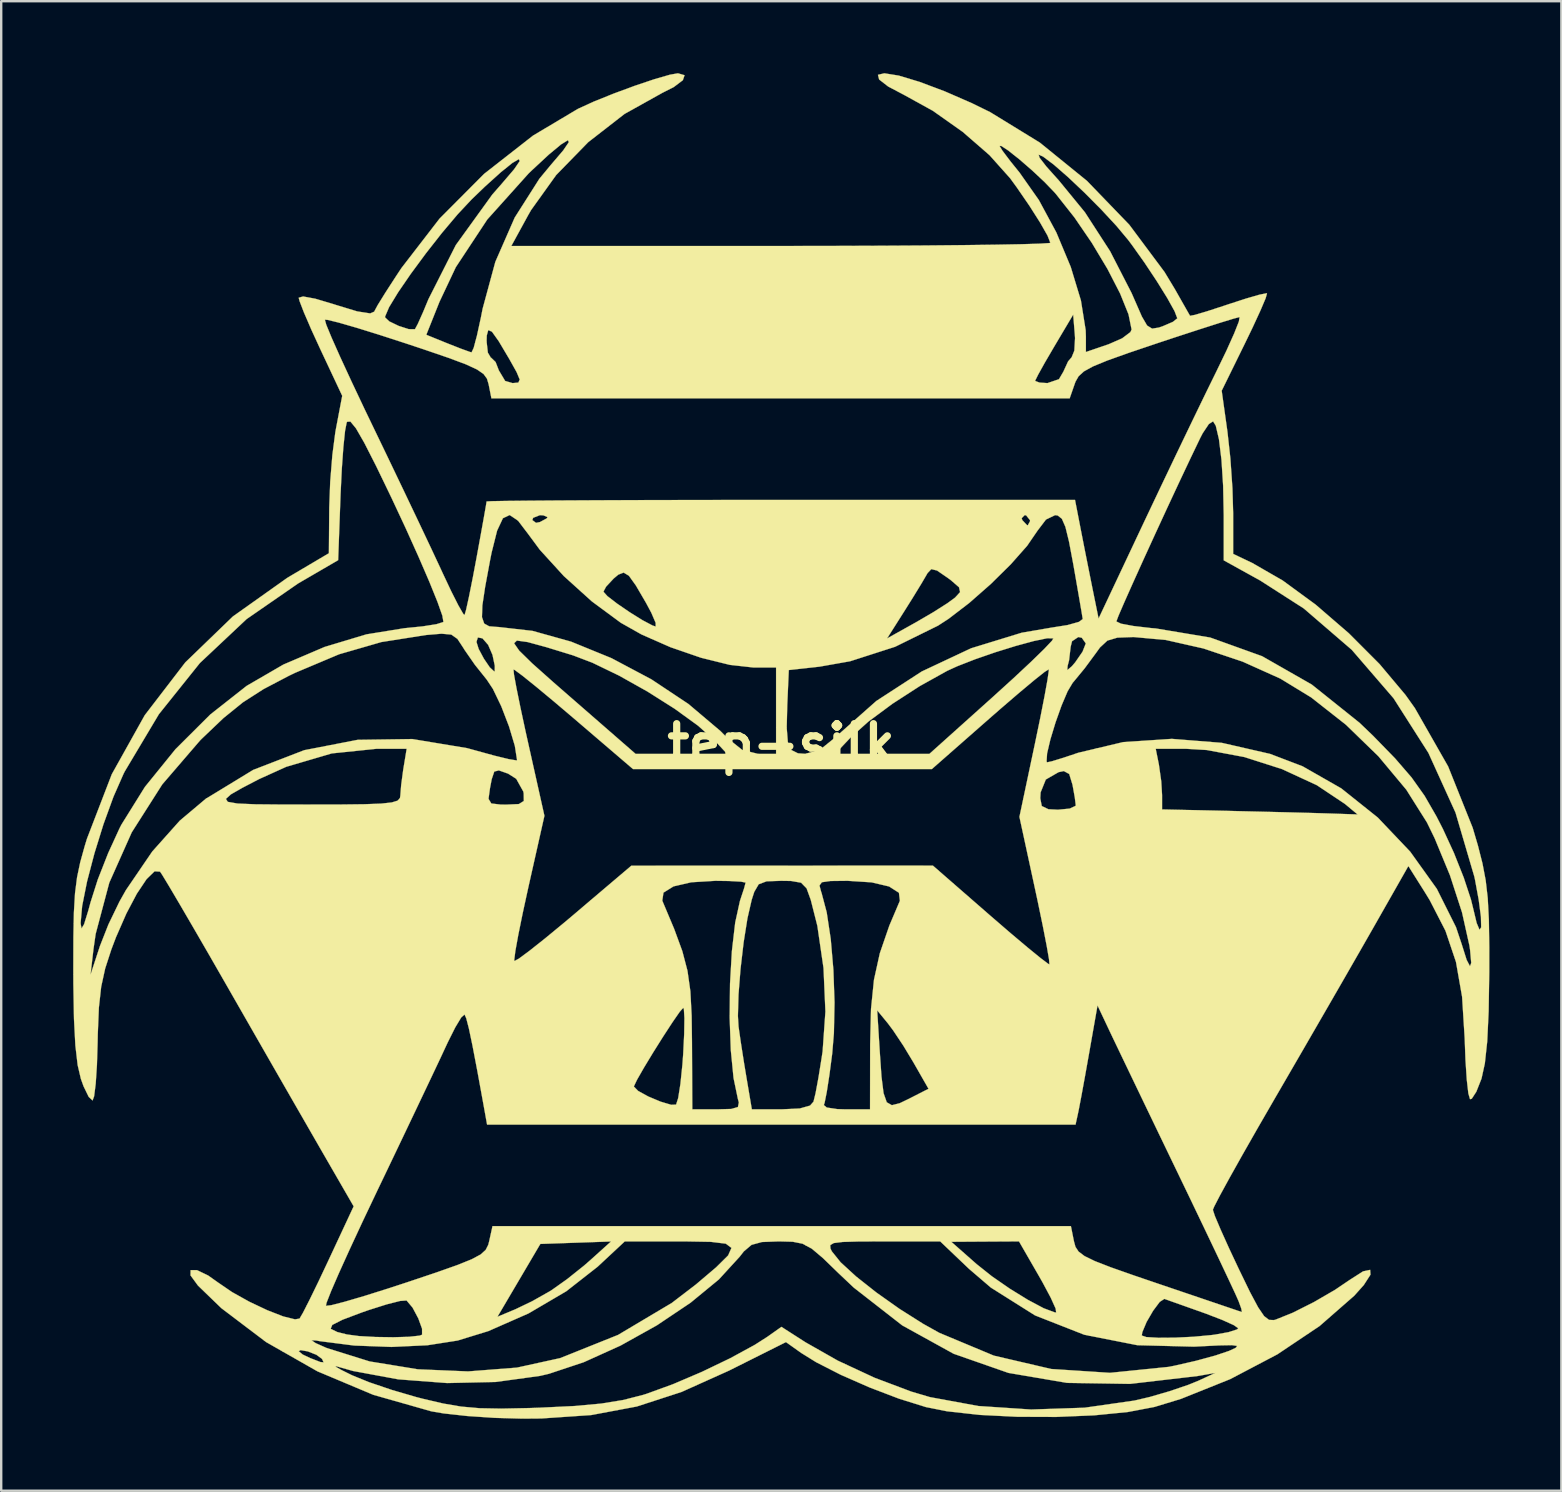
<source format=kicad_pcb>
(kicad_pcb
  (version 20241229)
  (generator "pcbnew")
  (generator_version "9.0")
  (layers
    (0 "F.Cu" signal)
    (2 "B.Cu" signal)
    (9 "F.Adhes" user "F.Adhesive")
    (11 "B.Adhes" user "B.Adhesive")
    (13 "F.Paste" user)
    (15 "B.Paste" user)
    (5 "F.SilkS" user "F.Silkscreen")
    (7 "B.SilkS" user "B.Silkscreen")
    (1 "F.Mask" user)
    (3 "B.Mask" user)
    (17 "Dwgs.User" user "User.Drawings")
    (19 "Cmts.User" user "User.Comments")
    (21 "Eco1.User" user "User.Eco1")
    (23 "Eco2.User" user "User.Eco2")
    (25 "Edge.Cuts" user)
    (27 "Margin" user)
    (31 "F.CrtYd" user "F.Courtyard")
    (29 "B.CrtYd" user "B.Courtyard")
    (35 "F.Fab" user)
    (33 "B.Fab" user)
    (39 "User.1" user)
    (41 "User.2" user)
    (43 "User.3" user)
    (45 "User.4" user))
  (footprint "tep-silk"
    (layer "F.Cu")
    (at 29.507 27.945)
    (property "Reference" "tep-silk" (at 0 0 0) (layer "F.SilkS") (effects (font (size 1.524 1.524) (thickness 0.3))))
    (attr through_hole)
    (fp_poly (pts (xy 4.901 -27.844) (xy 5.773 -27.581) (xy 6.818 -27.188) (xy 7.935 -26.701) (xy 8.713 -26.32) (xy 10.78 -25.052) (xy 12.744 -23.458) (xy 14.508 -21.63) (xy 15.978 -19.658) (xy 16.409 -18.944) (xy 16.738 -18.364) (xy 16.969 -17.958) (xy 17.041 -17.833) (xy 17.241 -17.871) (xy 17.742 -18.019) (xy 18.445 -18.248) (xy 18.627 -18.309) (xy 19.369 -18.55) (xy 19.937 -18.714) (xy 20.231 -18.773) (xy 20.249 -18.768) (xy 20.191 -18.562) (xy 19.978 -18.06) (xy 19.647 -17.342) (xy 19.339 -16.705) (xy 18.36 -14.711) (xy 18.599 -13.007) (xy 18.722 -11.888) (xy 18.808 -10.639) (xy 18.838 -9.606) (xy 18.838 -7.91) (xy 19.632 -7.533) (xy 20.9 -6.803) (xy 22.276 -5.796) (xy 23.656 -4.605) (xy 24.939 -3.319) (xy 26.021 -2.031) (xy 26.41 -1.485) (xy 27.797 0.948) (xy 28.821 3.507) (xy 29.038 4.242) (xy 29.229 4.993) (xy 29.362 5.692) (xy 29.448 6.438) (xy 29.495 7.332) (xy 29.512 8.475) (xy 29.511 9.525) (xy 29.486 11.153) (xy 29.427 12.404) (xy 29.328 13.324) (xy 29.189 13.957) (xy 29.184 13.97) (xy 28.973 14.504) (xy 28.783 14.797) (xy 28.71 14.817) (xy 28.64 14.575) (xy 28.574 13.999) (xy 28.52 13.176) (xy 28.487 12.277) (xy 28.379 10.546) (xy 28.124 9.095) (xy 27.686 7.796) (xy 27.03 6.521) (xy 26.818 6.175) (xy 26.14 5.1) (xy 24.671 7.683) (xy 24.122 8.643) (xy 23.415 9.874) (xy 22.605 11.278) (xy 21.748 12.761) (xy 20.898 14.227) (xy 20.597 14.745) (xy 19.875 15.995) (xy 19.23 17.126) (xy 18.691 18.088) (xy 18.287 18.827) (xy 18.047 19.292) (xy 17.992 19.428) (xy 18.078 19.689) (xy 18.314 20.247) (xy 18.662 21.02) (xy 19.07 21.888) (xy 19.538 22.852) (xy 19.877 23.488) (xy 20.127 23.856) (xy 20.333 24.014) (xy 20.537 24.023) (xy 20.605 24.005) (xy 21.321 23.717) (xy 22.205 23.272) (xy 23.083 22.762) (xy 23.685 22.355) (xy 24.252 21.992) (xy 24.548 21.929) (xy 24.561 22.13) (xy 24.282 22.563) (xy 23.885 23.007) (xy 22.44 24.271) (xy 20.681 25.45) (xy 18.718 26.482) (xy 16.661 27.307) (xy 15.557 27.643) (xy 14.447 27.854) (xy 13.042 27.993) (xy 11.464 28.059) (xy 9.836 28.053) (xy 8.278 27.975) (xy 6.914 27.824) (xy 6.032 27.648) (xy 4.913 27.299) (xy 3.687 26.831) (xy 2.489 26.305) (xy 1.457 25.778) (xy 0.838 25.394) (xy 0.2 24.94) (xy -2.175 26.129) (xy -4.152 27.018) (xy -6.016 27.624) (xy -7.917 27.981) (xy -10.006 28.124) (xy -10.795 28.13) (xy -11.938 28.098) (xy -13.083 28.021) (xy -14.072 27.912) (xy -14.581 27.825) (xy -17.003 27.136) (xy -19.326 26.159) (xy -19.68 25.957) (xy -18.584 25.957) (xy -18.32 26.107) (xy -17.884 26.323) (xy -17.175 26.612) (xy -16.226 26.934) (xy -15.212 27.23) (xy -14.927 27.304) (xy -14.082 27.501) (xy -13.337 27.628) (xy -12.572 27.696) (xy -11.666 27.713) (xy -10.496 27.689) (xy -10.061 27.674) (xy -8.625 27.605) (xy -7.503 27.503) (xy -6.586 27.354) (xy -5.765 27.144) (xy -5.609 27.095) (xy -4.512 26.696) (xy -3.301 26.179) (xy -2.116 25.609) (xy -1.1 25.055) (xy -0.576 24.72) (xy 0.011 24.305) (xy 1.017 24.95) (xy 2.362 25.714) (xy 3.897 26.428) (xy 5.421 27.003) (xy 6.203 27.234) (xy 8.216 27.604) (xy 10.417 27.75) (xy 12.641 27.675) (xy 14.723 27.377) (xy 15.371 27.225) (xy 16.198 26.984) (xy 16.971 26.721) (xy 17.382 26.554) (xy 18.098 26.224) (xy 17.357 26.354) (xy 14.537 26.682) (xy 11.915 26.64) (xy 9.47 26.224) (xy 7.187 25.426) (xy 5.045 24.243) (xy 3.027 22.67) (xy 2.395 22.073) (xy 1.742 21.44) (xy 1.278 21.048) (xy 1.005 20.9) (xy 2.044 20.9) (xy 2.055 21.042) (xy 2.113 21.16) (xy 2.478 21.614) (xy 3.126 22.208) (xy 3.973 22.877) (xy 4.933 23.556) (xy 5.918 24.179) (xy 6.594 24.556) (xy 8.863 25.504) (xy 11.254 26.061) (xy 13.703 26.221) (xy 16.148 25.973) (xy 16.405 25.922) (xy 17.283 25.721) (xy 18.092 25.501) (xy 18.66 25.31) (xy 18.672 25.305) (xy 18.949 25.176) (xy 19.003 25.099) (xy 18.785 25.068) (xy 18.248 25.078) (xy 17.343 25.123) (xy 17.205 25.13) (xy 14.847 25.07) (xy 12.8 24.666) (xy 15.028 24.666) (xy 15.22 24.731) (xy 15.721 24.76) (xy 16.416 24.755) (xy 17.193 24.717) (xy 17.937 24.647) (xy 18.068 24.63) (xy 18.645 24.526) (xy 18.998 24.413) (xy 19.05 24.364) (xy 18.866 24.234) (xy 18.381 24.015) (xy 17.697 23.752) (xy 17.621 23.725) (xy 16.884 23.463) (xy 16.295 23.254) (xy 15.977 23.141) (xy 15.97 23.139) (xy 15.778 23.264) (xy 15.502 23.633) (xy 15.231 24.099) (xy 15.054 24.52) (xy 15.028 24.666) (xy 12.8 24.666) (xy 12.628 24.632) (xy 10.581 23.828) (xy 8.739 22.668) (xy 7.826 21.885) (xy 6.646 20.76) (xy 7.091 20.76) (xy 8.149 21.693) (xy 8.782 22.197) (xy 9.529 22.714) (xy 10.285 23.18) (xy 10.943 23.53) (xy 11.398 23.7) (xy 11.462 23.707) (xy 11.438 23.539) (xy 11.237 23.094) (xy 10.897 22.456) (xy 10.766 22.225) (xy 9.912 20.743) (xy 8.501 20.751) (xy 7.091 20.76) (xy 6.646 20.76) (xy 6.629 20.743) (xy 4.26 20.743) (xy 3.235 20.747) (xy 2.568 20.766) (xy 2.193 20.812) (xy 2.044 20.9) (xy 1.005 20.9) (xy 0.894 20.84) (xy 0.482 20.758) (xy -0.068 20.743) (xy -0.106 20.743) (xy -0.803 20.769) (xy -1.234 20.887) (xy -1.555 21.159) (xy -1.73 21.382) (xy -2.597 22.329) (xy -3.779 23.301) (xy -5.178 24.24) (xy -6.694 25.085) (xy -8.229 25.779) (xy -9.682 26.262) (xy -10.054 26.349) (xy -11.899 26.602) (xy -13.922 26.647) (xy -15.959 26.492) (xy -17.844 26.144) (xy -18.521 25.952) (xy -18.584 25.957) (xy -19.68 25.957) (xy -20.797 25.321) (xy -20.108 25.321) (xy -19.938 25.46) (xy -19.632 25.605) (xy -19.204 25.771) (xy -19.07 25.784) (xy -19.131 25.651) (xy -19.14 25.637) (xy -19.369 25.469) (xy -19.73 25.327) (xy -20.033 25.275) (xy -20.108 25.321) (xy -20.797 25.321) (xy -21.463 24.941) (xy -21.565 24.864) (xy -19.575 24.864) (xy -19.402 24.982) (xy -18.944 25.186) (xy -17.153 25.746) (xy -15.142 26.074) (xy -13.05 26.162) (xy -11.014 26.004) (xy -9.207 25.607) (xy -6.798 24.641) (xy -4.559 23.309) (xy -3.556 22.541) (xy -2.711 21.824) (xy -2.211 21.329) (xy -2.071 21.014) (xy -2.307 20.838) (xy -2.933 20.762) (xy -3.964 20.744) (xy -4.218 20.743) (xy -6.517 20.743) (xy -7.651 21.8) (xy -8.958 22.823) (xy -10.529 23.745) (xy -12.204 24.482) (xy -13.484 24.875) (xy -14.746 25.072) (xy -16.24 25.142) (xy -17.796 25.084) (xy -19.244 24.899) (xy -19.367 24.875) (xy -19.575 24.864) (xy -21.565 24.864) (xy -22.197 24.386) (xy -18.775 24.386) (xy -18.499 24.521) (xy -18.098 24.622) (xy -17.596 24.689) (xy -16.909 24.727) (xy -16.17 24.738) (xy -15.512 24.719) (xy -15.069 24.671) (xy -14.966 24.632) (xy -14.967 24.381) (xy -15.125 23.947) (xy -15.159 23.885) (xy -11.825 23.885) (xy -11.072 23.57) (xy -10.378 23.237) (xy -9.652 22.827) (xy -9.552 22.764) (xy -8.921 22.316) (xy -8.216 21.753) (xy -7.938 21.51) (xy -7.091 20.747) (xy -8.564 20.798) (xy -10.037 20.849) (xy -10.931 22.367) (xy -11.825 23.885) (xy -15.159 23.885) (xy -15.363 23.502) (xy -15.604 23.215) (xy -15.617 23.206) (xy -15.881 23.225) (xy -16.437 23.366) (xy -17.183 23.602) (xy -17.471 23.702) (xy -18.283 24.008) (xy -18.71 24.225) (xy -18.775 24.386) (xy -22.197 24.386) (xy -23.332 23.526) (xy -24.305 22.586) (xy -24.617 22.16) (xy -24.613 21.942) (xy -24.349 21.94) (xy -23.883 22.164) (xy -23.476 22.452) (xy -22.885 22.856) (xy -22.165 23.258) (xy -21.419 23.611) (xy -20.751 23.871) (xy -20.262 23.992) (xy -20.072 23.96) (xy -19.932 23.72) (xy -19.783 23.429) (xy -18.975 23.429) (xy -18.747 23.402) (xy -18.189 23.258) (xy -17.368 23.017) (xy -16.355 22.698) (xy -15.585 22.446) (xy -14.365 22.036) (xy -13.488 21.726) (xy -12.894 21.486) (xy -12.522 21.286) (xy -12.314 21.096) (xy -12.208 20.886) (xy -12.168 20.73) (xy -12.031 20.108) (xy 12.076 20.108) (xy 12.201 20.734) (xy 12.265 20.969) (xy 12.393 21.165) (xy 12.642 21.354) (xy 13.07 21.563) (xy 13.736 21.822) (xy 14.699 22.161) (xy 15.741 22.516) (xy 16.865 22.897) (xy 17.839 23.227) (xy 18.596 23.484) (xy 19.071 23.645) (xy 19.204 23.69) (xy 19.174 23.536) (xy 19.063 23.23) (xy 18.922 22.914) (xy 18.623 22.274) (xy 18.195 21.368) (xy 17.663 20.252) (xy 17.056 18.984) (xy 16.527 17.886) (xy 15.857 16.496) (xy 15.221 15.174) (xy 14.651 13.987) (xy 14.178 13.001) (xy 13.834 12.282) (xy 13.682 11.963) (xy 13.185 10.909) (xy 12.831 12.916) (xy 12.666 13.843) (xy 12.517 14.656) (xy 12.407 15.234) (xy 12.373 15.399) (xy 12.269 15.875) (xy -12.257 15.875) (xy -12.4 15.081) (xy -12.544 14.29) (xy -6.138 14.29) (xy -5.962 14.471) (xy -5.538 14.704) (xy -5.026 14.919) (xy -4.584 15.05) (xy -4.38 15.042) (xy -4.292 14.77) (xy -4.199 14.18) (xy -4.116 13.376) (xy -4.084 12.942) (xy -4.042 12.097) (xy -4.032 11.439) (xy -4.055 11.061) (xy -4.08 11.007) (xy -4.227 11.173) (xy -4.526 11.604) (xy -4.916 12.202) (xy -5.334 12.867) (xy -5.718 13.501) (xy -6.006 14.004) (xy -6.136 14.276) (xy -6.138 14.29) (xy -12.544 14.29) (xy -12.662 13.646) (xy -12.864 12.588) (xy -13.015 11.869) (xy -13.124 11.448) (xy -13.195 11.288) (xy -13.332 11.406) (xy -13.584 11.825) (xy -13.9 12.456) (xy -13.929 12.518) (xy -14.197 13.094) (xy -14.615 13.978) (xy -15.147 15.098) (xy -15.758 16.381) (xy -16.415 17.756) (xy -16.816 18.592) (xy -17.435 19.895) (xy -17.981 21.07) (xy -18.431 22.063) (xy -18.76 22.822) (xy -18.945 23.294) (xy -18.975 23.429) (xy -19.783 23.429) (xy -19.655 23.177) (xy -19.282 22.412) (xy -18.874 21.547) (xy -17.817 19.282) (xy -19.198 16.89) (xy -19.718 15.986) (xy -20.396 14.808) (xy -21.177 13.448) (xy -22.007 12) (xy -22.834 10.557) (xy -23.122 10.054) (xy -23.842 8.8) (xy -24.502 7.66) (xy -25.069 6.688) (xy -25.511 5.939) (xy -25.797 5.467) (xy -25.886 5.333) (xy -26.114 5.319) (xy -26.448 5.644) (xy -26.853 6.25) (xy -27.29 7.078) (xy -27.724 8.069) (xy -27.915 8.572) (xy -28.174 9.369) (xy -28.34 10.129) (xy -28.436 10.996) (xy -28.482 12.11) (xy -28.488 12.436) (xy -28.517 13.389) (xy -28.568 14.171) (xy -28.634 14.693) (xy -28.699 14.87) (xy -28.86 14.72) (xy -29.074 14.28) (xy -29.186 13.97) (xy -29.321 13.393) (xy -29.416 12.575) (xy -29.474 11.462) (xy -29.5 9.999) (xy -29.501 9.631) (xy -28.785 9.631) (xy -28.39 8.429) (xy -28.039 7.536) (xy -27.577 6.579) (xy -27.308 6.101) (xy -26.211 4.493) (xy -25.065 3.209) (xy -23.987 2.301) (xy -23.143 2.301) (xy -23.063 2.424) (xy -22.664 2.494) (xy -21.917 2.526) (xy -20.796 2.536) (xy -19.738 2.537) (xy -18.367 2.535) (xy -17.364 2.523) (xy -16.67 2.497) (xy -16.231 2.449) (xy -15.99 2.376) (xy -15.915 2.298) (xy -12.197 2.298) (xy -12.08 2.492) (xy -11.682 2.539) (xy -11.454 2.54) (xy -10.932 2.516) (xy -10.726 2.388) (xy -10.731 2.076) (xy -10.746 1.995) (xy -11.043 1.463) (xy -11.381 1.248) (xy -11.766 1.113) (xy -11.957 1.162) (xy -12.064 1.481) (xy -12.135 1.852) (xy -12.197 2.298) (xy -15.915 2.298) (xy -15.889 2.271) (xy -15.873 2.17) (xy -15.837 1.718) (xy -15.754 1.097) (xy -15.739 1.005) (xy -15.608 0.212) (xy -16.861 0.212) (xy -18.729 0.405) (xy -20.627 0.963) (xy -21.75 1.471) (xy -22.459 1.84) (xy -22.933 2.111) (xy -23.143 2.301) (xy -23.987 2.301) (xy -23.984 2.299) (xy -22.006 1.093) (xy -19.879 0.271) (xy -17.651 -0.161) (xy -15.373 -0.193) (xy -13.093 0.185) (xy -12.724 0.286) (xy -11.947 0.5) (xy -11.353 0.644) (xy -11.035 0.696) (xy -11.007 0.687) (xy -11.1 0.09) (xy -11.34 -0.713) (xy -11.665 -1.558) (xy -12.014 -2.284) (xy -12.271 -2.671) (xy -12.762 -3.285) (xy -13.197 -3.912) (xy -13.25 -3.999) (xy -13.411 -4.244) (xy -12.7 -4.244) (xy -12.607 -3.948) (xy -12.391 -3.544) (xy -12.145 -3.183) (xy -11.963 -3.014) (xy -11.937 -3.02) (xy -11.937 -3.096) (xy -11.157 -3.096) (xy -11.135 -2.879) (xy -11.033 -2.324) (xy -10.866 -1.504) (xy -10.649 -0.495) (xy -10.542 -0.015) (xy -9.867 3.005) (xy -10.538 5.987) (xy -10.77 7.052) (xy -10.955 7.962) (xy -11.078 8.64) (xy -11.125 9.013) (xy -11.12 9.059) (xy -10.936 8.961) (xy -10.491 8.632) (xy -9.842 8.117) (xy -9.047 7.462) (xy -8.637 7.117) (xy -7.96 6.541) (xy -4.955 6.541) (xy -4.953 6.546) (xy -4.459 7.72) (xy -4.119 8.648) (xy -3.904 9.468) (xy -3.784 10.317) (xy -3.731 11.332) (xy -3.717 12.435) (xy -3.704 15.24) (xy -2.684 15.24) (xy -2.078 15.223) (xy -1.802 15.143) (xy -1.764 14.952) (xy -1.805 14.8) (xy -1.985 13.934) (xy -2.099 12.769) (xy -2.147 11.421) (xy -2.146 11.347) (xy -1.803 11.347) (xy -1.777 11.787) (xy -1.682 12.448) (xy -1.548 13.304) (xy -1.446 13.917) (xy -1.222 15.24) (xy 0.001 15.24) (xy 0.774 15.204) (xy 1.203 15.083) (xy 1.347 14.92) (xy 1.433 14.571) (xy 1.553 13.924) (xy 1.686 13.099) (xy 1.728 12.819) (xy 1.844 11.163) (xy 1.765 9.352) (xy 1.508 7.591) (xy 1.234 6.509) (xy 1.058 6.026) (xy 0.943 5.909) (xy 1.596 5.909) (xy 1.664 6.166) (xy 1.683 6.218) (xy 1.898 7.03) (xy 2.066 8.142) (xy 2.177 9.433) (xy 2.224 10.782) (xy 2.198 12.067) (xy 2.127 12.917) (xy 2.012 13.795) (xy 1.901 14.512) (xy 1.811 14.965) (xy 1.778 15.062) (xy 1.901 15.164) (xy 2.336 15.229) (xy 2.686 15.24) (xy 3.704 15.24) (xy 3.708 12.541) (xy 3.743 11.113) (xy 4.002 11.113) (xy 4.108 12.815) (xy 4.181 13.875) (xy 4.268 14.567) (xy 4.401 14.946) (xy 4.614 15.067) (xy 4.939 14.985) (xy 5.313 14.806) (xy 6.141 14.383) (xy 5.518 13.293) (xy 5.092 12.587) (xy 4.667 11.949) (xy 4.449 11.658) (xy 4.002 11.113) (xy 3.743 11.113) (xy 3.744 11.058) (xy 3.868 9.839) (xy 4.112 8.733) (xy 4.508 7.583) (xy 4.948 6.546) (xy 4.908 6.213) (xy 4.498 5.951) (xy 3.769 5.779) (xy 2.771 5.715) (xy 2.747 5.715) (xy 2.053 5.723) (xy 1.698 5.774) (xy 1.596 5.909) (xy 0.943 5.909) (xy 0.831 5.794) (xy 0.41 5.721) (xy -0.002 5.715) (xy -0.61 5.736) (xy -0.936 5.859) (xy -1.122 6.176) (xy -1.229 6.509) (xy -1.405 7.276) (xy -1.565 8.283) (xy -1.694 9.39) (xy -1.778 10.458) (xy -1.803 11.347) (xy -2.146 11.347) (xy -2.132 10.007) (xy -2.054 8.647) (xy -1.916 7.456) (xy -1.718 6.553) (xy -1.693 6.477) (xy -1.544 6.024) (xy -1.482 5.79) (xy -1.482 5.789) (xy -1.674 5.75) (xy -2.173 5.723) (xy -2.742 5.715) (xy -3.748 5.776) (xy -4.486 5.947) (xy -4.905 6.208) (xy -4.955 6.541) (xy -7.96 6.541) (xy -6.244 5.085) (xy 0.039 5.083) (xy 6.322 5.08) (xy 8.717 7.167) (xy 9.555 7.89) (xy 10.275 8.497) (xy 10.819 8.94) (xy 11.13 9.174) (xy 11.181 9.198) (xy 11.163 8.982) (xy 11.067 8.428) (xy 10.907 7.607) (xy 10.697 6.595) (xy 10.59 6.095) (xy 9.93 3.049) (xy 10.094 2.275) (xy 10.798 2.275) (xy 10.862 2.599) (xy 11.139 2.732) (xy 11.536 2.752) (xy 12.026 2.705) (xy 12.27 2.591) (xy 12.277 2.566) (xy 12.238 2.244) (xy 12.145 1.725) (xy 12.143 1.714) (xy 12.005 1.263) (xy 11.781 1.141) (xy 11.561 1.187) (xy 11.03 1.493) (xy 10.813 2.03) (xy 10.798 2.275) (xy 10.094 2.275) (xy 10.418 0.744) (xy 11.061 0.744) (xy 11.078 0.777) (xy 11.281 0.734) (xy 11.773 0.583) (xy 12.384 0.378) (xy 13.085 0.212) (xy 15.61 0.212) (xy 15.743 0.873) (xy 15.841 1.568) (xy 15.875 2.137) (xy 15.875 2.74) (xy 18.785 2.805) (xy 19.974 2.833) (xy 21.122 2.861) (xy 22.106 2.887) (xy 22.805 2.908) (xy 22.86 2.91) (xy 24.024 2.949) (xy 23.496 2.51) (xy 22.324 1.729) (xy 20.877 1.06) (xy 19.301 0.556) (xy 17.74 0.264) (xy 16.862 0.212) (xy 15.61 0.212) (xy 13.085 0.212) (xy 14.251 -0.066) (xy 16.283 -0.201) (xy 18.365 -0.035) (xy 20.378 0.426) (xy 21.731 0.942) (xy 23.344 1.863) (xy 24.863 3.076) (xy 26.215 4.498) (xy 27.326 6.049) (xy 28.125 7.647) (xy 28.361 8.351) (xy 28.57 9.012) (xy 28.708 9.274) (xy 28.76 9.137) (xy 28.712 8.595) (xy 28.685 8.414) (xy 28.377 7.034) (xy 27.874 5.486) (xy 27.234 3.938) (xy 26.914 3.281) (xy 26.054 1.917) (xy 24.893 0.526) (xy 23.538 -0.789) (xy 22.09 -1.928) (xy 20.804 -2.713) (xy 19.234 -3.419) (xy 17.6 -3.968) (xy 16.033 -4.322) (xy 14.691 -4.445) (xy 14.013 -4.42) (xy 13.597 -4.297) (xy 13.287 -4.01) (xy 13.104 -3.757) (xy 12.649 -3.141) (xy 12.182 -2.574) (xy 12.151 -2.54) (xy 11.938 -2.183) (xy 11.686 -1.591) (xy 11.434 -0.883) (xy 11.22 -0.178) (xy 11.083 0.404) (xy 11.061 0.744) (xy 10.418 0.744) (xy 10.574 0.008) (xy 10.797 -1.067) (xy 10.977 -1.984) (xy 11.101 -2.67) (xy 11.155 -3.049) (xy 11.154 -3.066) (xy 11.924 -3.066) (xy 12.115 -3.227) (xy 12.252 -3.387) (xy 12.56 -3.833) (xy 12.695 -4.175) (xy 12.695 -4.18) (xy 12.529 -4.415) (xy 12.383 -4.445) (xy 12.122 -4.27) (xy 12.065 -4.039) (xy 11.998 -3.471) (xy 11.939 -3.245) (xy 11.924 -3.066) (xy 11.154 -3.066) (xy 11.153 -3.099) (xy 10.98 -2.991) (xy 10.547 -2.647) (xy 9.911 -2.115) (xy 9.127 -1.441) (xy 8.684 -1.054) (xy 6.28 1.058) (xy -6.174 1.058) (xy -8.635 -1.049) (xy -9.487 -1.772) (xy -10.219 -2.38) (xy -10.775 -2.827) (xy -11.099 -3.068) (xy -11.157 -3.096) (xy -11.937 -3.096) (xy -11.936 -3.251) (xy -12.031 -3.701) (xy -12.214 -4.122) (xy -12.27 -4.186) (xy -11.131 -4.186) (xy -10.918 -3.878) (xy -10.379 -3.35) (xy -9.516 -2.581) (xy -8.857 -2.006) (xy -6.069 0.423) (xy -2.255 0.423) (xy -2.768 -0.128) (xy -3.463 -0.749) (xy -4.436 -1.454) (xy -5.572 -2.173) (xy -6.754 -2.836) (xy -7.866 -3.374) (xy -8.67 -3.68) (xy -9.787 -4.023) (xy -10.568 -4.236) (xy -11.015 -4.298) (xy -11.131 -4.186) (xy -12.27 -4.186) (xy -12.449 -4.39) (xy -12.64 -4.428) (xy -12.7 -4.244) (xy -13.411 -4.244) (xy -13.493 -4.368) (xy -13.75 -4.548) (xy -14.157 -4.584) (xy -14.807 -4.529) (xy -16.663 -4.236) (xy -18.424 -3.727) (xy -20.263 -2.952) (xy -20.516 -2.83) (xy -21.572 -2.276) (xy -22.431 -1.725) (xy -23.244 -1.067) (xy -24.16 -0.194) (xy -24.222 -0.131) (xy -25.793 1.695) (xy -27.066 3.694) (xy -28.003 5.795) (xy -28.57 7.927) (xy -28.663 8.572) (xy -28.785 9.631) (xy -29.501 9.631) (xy -29.502 9.419) (xy -29.498 8.06) (xy -29.487 7.488) (xy -29.198 7.488) (xy -29.159 7.701) (xy -29.052 7.523) (xy -28.873 6.942) (xy -28.783 6.61) (xy -28.481 5.661) (xy -28.049 4.561) (xy -27.574 3.524) (xy -27.497 3.374) (xy -26.517 1.801) (xy -25.243 0.229) (xy -23.79 -1.218) (xy -22.278 -2.409) (xy -20.746 -3.298) (xy -19.029 -4.032) (xy -17.284 -4.557) (xy -15.71 -4.812) (xy -14.947 -4.889) (xy -14.368 -4.98) (xy -14.085 -5.069) (xy -14.077 -5.078) (xy -14.11 -5.275) (xy -12.47 -5.275) (xy -12.377 -5.006) (xy -12.168 -4.892) (xy -11.835 -4.865) (xy -11.8 -4.865) (xy -10.362 -4.701) (xy -8.755 -4.252) (xy -7.073 -3.565) (xy -5.411 -2.683) (xy -3.865 -1.655) (xy -2.528 -0.525) (xy -2.236 -0.23) (xy -1.621 0.261) (xy -0.973 0.422) (xy -0.913 0.423) (xy -0.212 0.423) (xy -0.212 -0.665) (xy 0.231 -0.665) (xy 0.278 -0.066) (xy 0.425 0.264) (xy 0.7 0.401) (xy 1.01 0.423) (xy 2.249 0.423) (xy 6.18 0.423) (xy 8.809 -1.936) (xy 9.674 -2.722) (xy 10.408 -3.408) (xy 10.962 -3.947) (xy 11.285 -4.289) (xy 11.346 -4.388) (xy 11.088 -4.394) (xy 10.534 -4.28) (xy 9.783 -4.076) (xy 8.934 -3.813) (xy 8.086 -3.52) (xy 7.338 -3.228) (xy 6.92 -3.037) (xy 5.777 -2.401) (xy 4.639 -1.665) (xy 3.634 -0.92) (xy 2.887 -0.251) (xy 2.871 -0.234) (xy 2.249 0.423) (xy 1.01 0.423) (xy 1.619 0.251) (xy 2.288 -0.287) (xy 2.34 -0.341) (xy 3.967 -1.781) (xy 5.862 -3.011) (xy 7.917 -3.977) (xy 10.024 -4.624) (xy 11.252 -4.835) (xy 11.937 -4.944) (xy 12.411 -5.077) (xy 12.435 -5.094) (xy 13.97 -5.094) (xy 14.164 -5.002) (xy 14.68 -4.905) (xy 15.415 -4.819) (xy 15.61 -4.803) (xy 17.881 -4.424) (xy 20.045 -3.646) (xy 22.115 -2.464) (xy 24.104 -0.872) (xy 24.675 -0.324) (xy 25.589 0.615) (xy 26.271 1.405) (xy 26.815 2.17) (xy 27.313 3.034) (xy 27.579 3.554) (xy 28.039 4.553) (xy 28.449 5.585) (xy 28.747 6.488) (xy 28.833 6.835) (xy 28.986 7.472) (xy 29.105 7.755) (xy 29.174 7.654) (xy 29.164 7.214) (xy 29.071 6.503) (xy 28.917 5.666) (xy 28.889 5.538) (xy 28.105 2.872) (xy 26.974 0.382) (xy 25.523 -1.893) (xy 23.782 -3.912) (xy 21.781 -5.636) (xy 19.965 -6.801) (xy 18.445 -7.642) (xy 18.445 -9.521) (xy 18.42 -10.75) (xy 18.351 -11.83) (xy 18.246 -12.688) (xy 18.114 -13.251) (xy 18.002 -13.434) (xy 17.826 -13.324) (xy 17.566 -12.935) (xy 17.467 -12.744) (xy 17.074 -11.925) (xy 16.608 -10.939) (xy 16.102 -9.854) (xy 15.587 -8.738) (xy 15.094 -7.66) (xy 14.655 -6.688) (xy 14.3 -5.891) (xy 14.061 -5.338) (xy 13.97 -5.097) (xy 13.97 -5.094) (xy 12.435 -5.094) (xy 12.568 -5.195) (xy 12.522 -5.479) (xy 12.419 -6.079) (xy 12.277 -6.895) (xy 12.178 -7.461) (xy 11.997 -8.422) (xy 11.847 -9.035) (xy 11.699 -9.374) (xy 11.527 -9.51) (xy 11.416 -9.525) (xy 11.037 -9.342) (xy 10.683 -8.877) (xy 10.679 -8.871) (xy 10.253 -8.249) (xy 9.573 -7.48) (xy 8.737 -6.655) (xy 7.839 -5.866) (xy 6.976 -5.204) (xy 6.536 -4.919) (xy 4.748 -4.039) (xy 2.874 -3.436) (xy 1.595 -3.21) (xy 0.318 -3.069) (xy 0.254 -1.609) (xy 0.231 -0.665) (xy -0.212 -0.665) (xy -0.212 -3.175) (xy -1.153 -3.175) (xy -2.14 -3.285) (xy -3.34 -3.582) (xy -4.613 -4.021) (xy -5.442 -4.386) (xy 4.413 -4.386) (xy 5.646 -5.075) (xy 6.343 -5.482) (xy 6.931 -5.856) (xy 7.248 -6.089) (xy 7.457 -6.317) (xy 7.413 -6.519) (xy 7.074 -6.813) (xy 6.94 -6.912) (xy 6.496 -7.217) (xy 6.257 -7.275) (xy 6.097 -7.105) (xy 6.061 -7.04) (xy 5.843 -6.668) (xy 5.483 -6.08) (xy 5.136 -5.527) (xy 4.413 -4.386) (xy -5.442 -4.386) (xy -5.821 -4.553) (xy -6.684 -5.04) (xy -7.888 -5.929) (xy -8.338 -6.335) (xy -7.408 -6.335) (xy -7.245 -6.152) (xy -6.837 -5.838) (xy -6.306 -5.475) (xy -5.774 -5.144) (xy -5.362 -4.926) (xy -5.23 -4.883) (xy -5.232 -5.038) (xy -5.411 -5.455) (xy -5.635 -5.874) (xy -6.057 -6.596) (xy -6.345 -6.998) (xy -6.565 -7.131) (xy -6.787 -7.046) (xy -6.98 -6.884) (xy -7.297 -6.544) (xy -7.408 -6.335) (xy -8.338 -6.335) (xy -9.058 -6.986) (xy -10.058 -8.082) (xy -10.529 -8.719) (xy -10.969 -9.298) (xy -11.002 -9.32) (xy -10.372 -9.32) (xy -10.217 -9.204) (xy -10.054 -9.237) (xy -9.776 -9.387) (xy -9.77 -9.395) (xy 10.021 -9.395) (xy 10.054 -9.313) (xy 10.244 -9.111) (xy 10.278 -9.102) (xy 10.369 -9.265) (xy 10.372 -9.313) (xy 10.209 -9.517) (xy 10.148 -9.525) (xy 10.021 -9.395) (xy -9.77 -9.395) (xy -9.737 -9.442) (xy -9.91 -9.516) (xy -10.054 -9.525) (xy -10.336 -9.414) (xy -10.372 -9.32) (xy -11.002 -9.32) (xy -11.316 -9.53) (xy -11.597 -9.396) (xy -11.839 -8.879) (xy -12.069 -7.962) (xy -12.13 -7.655) (xy -12.338 -6.534) (xy -12.454 -5.762) (xy -12.47 -5.275) (xy -14.11 -5.275) (xy -14.12 -5.334) (xy -14.324 -5.91) (xy -14.663 -6.749) (xy -15.114 -7.793) (xy -15.649 -8.981) (xy -16.245 -10.256) (xy -16.875 -11.56) (xy -16.886 -11.582) (xy -17.374 -12.54) (xy -17.721 -13.143) (xy -17.951 -13.424) (xy -18.088 -13.418) (xy -18.109 -13.381) (xy -18.176 -13.038) (xy -18.246 -12.366) (xy -18.311 -11.461) (xy -18.362 -10.415) (xy -18.365 -10.333) (xy -18.464 -7.649) (xy -20.13 -6.68) (xy -22.278 -5.194) (xy -24.227 -3.361) (xy -25.935 -1.229) (xy -27.358 1.157) (xy -27.408 1.255) (xy -27.828 2.21) (xy -28.244 3.354) (xy -28.622 4.571) (xy -28.93 5.746) (xy -29.133 6.761) (xy -29.198 7.488) (xy -29.487 7.488) (xy -29.477 7.029) (xy -29.43 6.229) (xy -29.345 5.566) (xy -29.214 4.944) (xy -29.026 4.266) (xy -28.932 3.959) (xy -27.897 1.271) (xy -26.524 -1.187) (xy -24.835 -3.387) (xy -22.851 -5.303) (xy -20.591 -6.907) (xy -20.461 -6.985) (xy -18.85 -7.938) (xy -18.835 -9.842) (xy -18.795 -10.917) (xy -18.705 -12.033) (xy -18.582 -12.978) (xy -18.556 -13.123) (xy -18.294 -14.499) (xy -19.201 -16.429) (xy -19.585 -17.265) (xy -19.759 -17.671) (xy -19.018 -17.671) (xy -18.959 -17.46) (xy -18.738 -16.925) (xy -18.38 -16.12) (xy -17.909 -15.101) (xy -17.352 -13.922) (xy -17.045 -13.284) (xy -16.381 -11.905) (xy -15.721 -10.526) (xy -15.108 -9.239) (xy -14.584 -8.131) (xy -14.192 -7.293) (xy -14.122 -7.14) (xy -13.753 -6.357) (xy -13.448 -5.754) (xy -13.248 -5.409) (xy -13.196 -5.36) (xy -13.13 -5.586) (xy -13.008 -6.141) (xy -12.849 -6.938) (xy -12.699 -7.733) (xy -12.529 -8.663) (xy -12.392 -9.424) (xy -12.303 -9.931) (xy -12.277 -10.095) (xy -12.071 -10.107) (xy -11.48 -10.118) (xy -10.539 -10.128) (xy -9.287 -10.137) (xy -7.761 -10.145) (xy -5.997 -10.152) (xy -4.033 -10.156) (xy -1.907 -10.159) (xy -0.015 -10.16) (xy 12.247 -10.16) (xy 12.483 -8.943) (xy 12.669 -7.996) (xy 12.877 -6.954) (xy 12.974 -6.471) (xy 13.229 -5.216) (xy 15.117 -9.223) (xy 15.775 -10.612) (xy 16.459 -12.046) (xy 17.117 -13.415) (xy 17.697 -14.613) (xy 18.135 -15.505) (xy 18.558 -16.38) (xy 18.881 -17.1) (xy 19.075 -17.591) (xy 19.107 -17.78) (xy 19.105 -17.78) (xy 18.859 -17.716) (xy 18.284 -17.54) (xy 17.449 -17.273) (xy 16.427 -16.94) (xy 15.697 -16.698) (xy 14.476 -16.286) (xy 13.598 -15.972) (xy 12.999 -15.726) (xy 12.619 -15.517) (xy 12.397 -15.315) (xy 12.269 -15.091) (xy 12.237 -15.004) (xy 12.024 -14.393) (xy -12.076 -14.393) (xy -12.194 -14.986) (xy -12.262 -15.213) (xy -12.403 -15.407) (xy -12.676 -15.596) (xy -13.141 -15.811) (xy -13.858 -16.079) (xy -14.886 -16.431) (xy -15.616 -16.674) (xy -16.725 -17.034) (xy -16.75 -17.042) (xy -14.79 -17.042) (xy -13.904 -16.682) (xy -13.347 -16.463) (xy -12.972 -16.328) (xy -12.903 -16.31) (xy -12.815 -16.497) (xy -12.744 -16.764) (xy -12.277 -16.764) (xy -12.225 -16.3) (xy -12.1 -16.088) (xy -12.088 -16.087) (xy -11.902 -15.907) (xy -11.766 -15.557) (xy -11.504 -15.118) (xy -11.194 -15.028) (xy -10.955 -15.049) (xy -10.921 -15.119) (xy 10.583 -15.119) (xy 10.765 -15.05) (xy 11.098 -15.028) (xy 11.578 -15.191) (xy 11.762 -15.505) (xy 11.957 -15.931) (xy 12.108 -16.108) (xy 12.219 -16.382) (xy 12.248 -16.903) (xy 12.238 -17.059) (xy 12.171 -17.883) (xy 11.377 -16.546) (xy 10.992 -15.887) (xy 10.71 -15.381) (xy 10.585 -15.128) (xy 10.583 -15.119) (xy -10.921 -15.119) (xy -10.895 -15.173) (xy -11.026 -15.487) (xy -11.332 -16.034) (xy -11.773 -16.777) (xy -12.053 -17.17) (xy -12.208 -17.239) (xy -12.27 -17.011) (xy -12.277 -16.764) (xy -12.744 -16.764) (xy -12.679 -17.008) (xy -12.517 -17.75) (xy -12.442 -18.131) (xy -11.913 -20.081) (xy -11.105 -21.927) (xy -10.076 -23.546) (xy -9.611 -24.108) (xy -9.084 -24.726) (xy -8.85 -25.071) (xy -8.887 -25.152) (xy -9.172 -24.977) (xy -9.681 -24.555) (xy -10.393 -23.894) (xy -10.532 -23.76) (xy -12.249 -21.847) (xy -13.56 -19.86) (xy -14.241 -18.416) (xy -14.79 -17.042) (xy -16.75 -17.042) (xy -17.687 -17.333) (xy -18.435 -17.549) (xy -18.899 -17.663) (xy -19.018 -17.671) (xy -19.759 -17.671) (xy -19.802 -17.77) (xy -16.51 -17.77) (xy -16.336 -17.602) (xy -15.942 -17.412) (xy -15.521 -17.277) (xy -15.264 -17.274) (xy -15.263 -17.275) (xy -15.145 -17.494) (xy -14.923 -17.991) (xy -14.7 -18.527) (xy -13.56 -20.781) (xy -12.039 -22.887) (xy -11.647 -23.335) (xy -11.128 -23.942) (xy -10.898 -24.28) (xy -10.931 -24.363) (xy -11.201 -24.205) (xy -11.681 -23.819) (xy -12.346 -23.219) (xy -12.903 -22.683) (xy -13.483 -22.064) (xy -14.136 -21.29) (xy -14.805 -20.438) (xy -15.433 -19.587) (xy -15.964 -18.813) (xy -16.341 -18.193) (xy -16.507 -17.805) (xy -16.51 -17.77) (xy -19.802 -17.77) (xy -19.888 -17.968) (xy -20.071 -18.443) (xy -20.108 -18.586) (xy -19.924 -18.639) (xy -19.415 -18.545) (xy -18.651 -18.317) (xy -18.575 -18.292) (xy -17.67 -18.017) (xy -17.129 -17.933) (xy -16.964 -18.004) (xy -16.818 -18.276) (xy -16.492 -18.803) (xy -16.045 -19.493) (xy -15.826 -19.824) (xy -14.238 -21.883) (xy -12.379 -23.75) (xy -10.34 -25.345) (xy -8.471 -26.458) (xy -7.816 -26.758) (xy -6.99 -27.091) (xy -6.108 -27.417) (xy -5.285 -27.694) (xy -4.636 -27.881) (xy -4.302 -27.94) (xy -4.026 -27.86) (xy -4.097 -27.653) (xy -4.474 -27.368) (xy -4.956 -27.123) (xy -6.529 -26.246) (xy -8.041 -25.07) (xy -9.378 -23.699) (xy -10.424 -22.239) (xy -10.545 -22.027) (xy -11.247 -20.743) (xy -0.014 -20.743) (xy 2.122 -20.746) (xy 4.125 -20.753) (xy 5.956 -20.764) (xy 7.577 -20.779) (xy 8.948 -20.797) (xy 10.03 -20.817) (xy 10.785 -20.84) (xy 11.173 -20.865) (xy 11.218 -20.877) (xy 11.102 -21.174) (xy 10.792 -21.719) (xy 10.345 -22.421) (xy 9.818 -23.188) (xy 9.543 -23.566) (xy 8.687 -24.524) (xy 8.242 -24.912) (xy 9.102 -24.912) (xy 9.226 -24.709) (xy 9.549 -24.281) (xy 9.936 -23.801) (xy 10.741 -22.656) (xy 11.469 -21.305) (xy 12.069 -19.87) (xy 12.493 -18.473) (xy 12.691 -17.235) (xy 12.7 -16.969) (xy 12.7 -16.324) (xy 13.652 -16.649) (xy 14.212 -16.895) (xy 14.555 -17.153) (xy 14.605 -17.263) (xy 14.477 -17.893) (xy 14.127 -18.761) (xy 13.602 -19.782) (xy 12.951 -20.868) (xy 12.223 -21.933) (xy 11.466 -22.891) (xy 11.397 -22.972) (xy 10.979 -23.407) (xy 10.461 -23.892) (xy 9.929 -24.354) (xy 9.679 -24.552) (xy 10.728 -24.552) (xy 10.773 -24.415) (xy 11.055 -24.052) (xy 11.514 -23.54) (xy 11.55 -23.502) (xy 12.66 -22.147) (xy 13.71 -20.523) (xy 14.603 -18.784) (xy 14.731 -18.493) (xy 15.034 -17.801) (xy 15.252 -17.427) (xy 15.461 -17.299) (xy 15.74 -17.343) (xy 15.899 -17.397) (xy 16.327 -17.581) (xy 16.51 -17.727) (xy 16.51 -17.729) (xy 16.396 -18.027) (xy 16.091 -18.575) (xy 15.655 -19.278) (xy 15.146 -20.045) (xy 14.622 -20.782) (xy 14.467 -20.989) (xy 13.973 -21.581) (xy 13.342 -22.261) (xy 12.648 -22.96) (xy 11.963 -23.608) (xy 11.361 -24.134) (xy 10.915 -24.469) (xy 10.728 -24.552) (xy 9.679 -24.552) (xy 9.47 -24.719) (xy 9.171 -24.914) (xy 9.102 -24.912) (xy 8.242 -24.912) (xy 7.567 -25.498) (xy 6.323 -26.377) (xy 5.133 -27.034) (xy 4.46 -27.389) (xy 4.083 -27.682) (xy 4.034 -27.877) (xy 4.301 -27.94) (xy 4.901 -27.844)) (stroke (width 0.01) (type solid)) (fill yes) (layer "F.SilkS")))
  (gr_rect
    (start -3 -3)
    (end 62.024 59.08)
    (stroke (width 0.1) (type default))
    (fill no)
    (layer "Edge.Cuts")))
</source>
